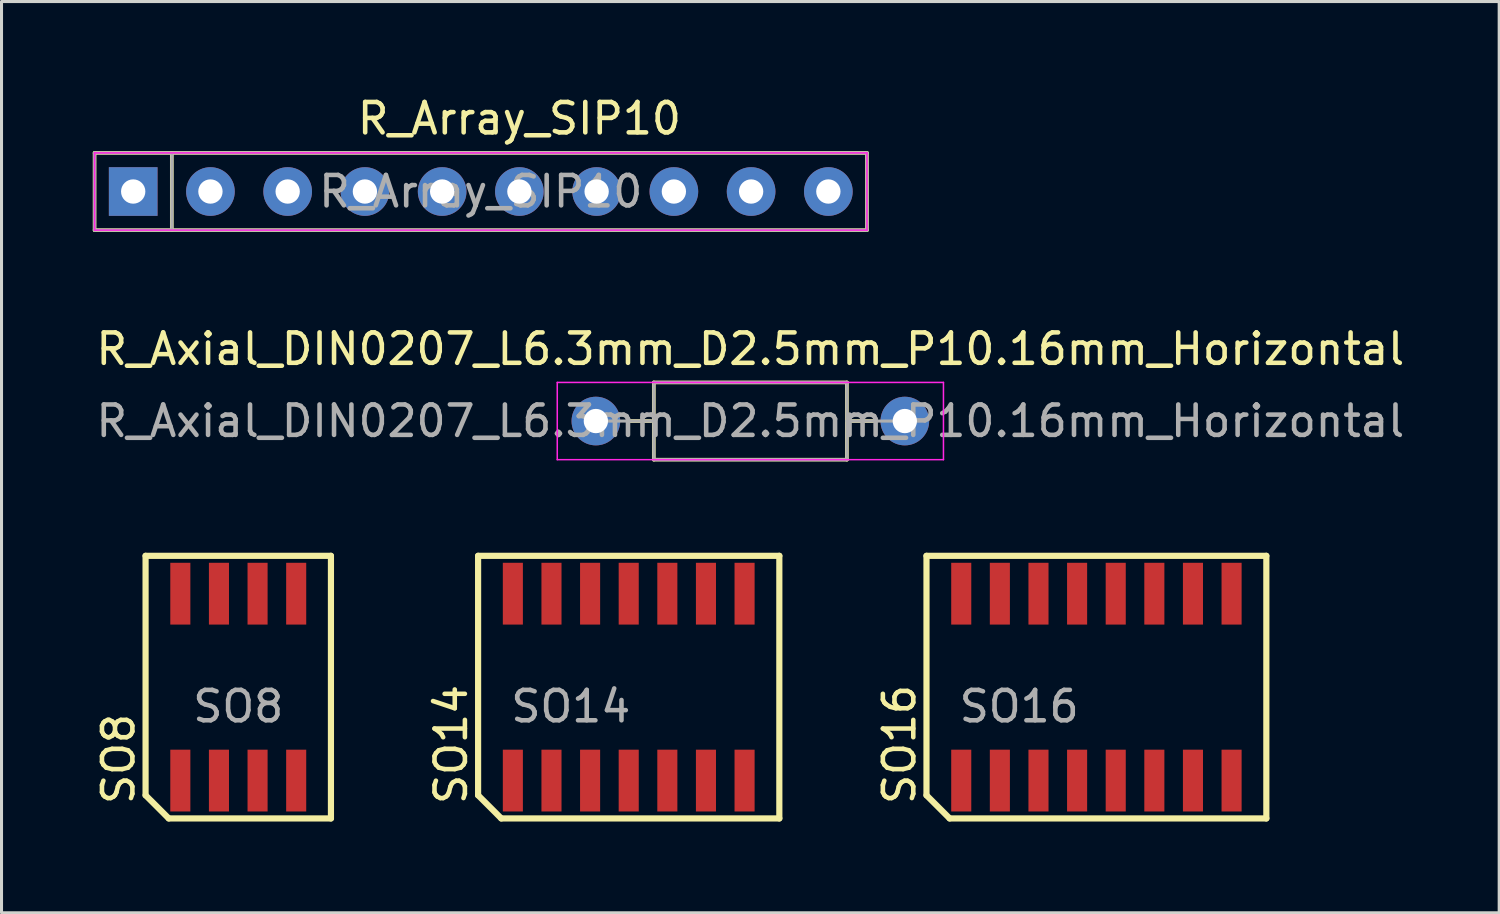
<source format=kicad_pcb>
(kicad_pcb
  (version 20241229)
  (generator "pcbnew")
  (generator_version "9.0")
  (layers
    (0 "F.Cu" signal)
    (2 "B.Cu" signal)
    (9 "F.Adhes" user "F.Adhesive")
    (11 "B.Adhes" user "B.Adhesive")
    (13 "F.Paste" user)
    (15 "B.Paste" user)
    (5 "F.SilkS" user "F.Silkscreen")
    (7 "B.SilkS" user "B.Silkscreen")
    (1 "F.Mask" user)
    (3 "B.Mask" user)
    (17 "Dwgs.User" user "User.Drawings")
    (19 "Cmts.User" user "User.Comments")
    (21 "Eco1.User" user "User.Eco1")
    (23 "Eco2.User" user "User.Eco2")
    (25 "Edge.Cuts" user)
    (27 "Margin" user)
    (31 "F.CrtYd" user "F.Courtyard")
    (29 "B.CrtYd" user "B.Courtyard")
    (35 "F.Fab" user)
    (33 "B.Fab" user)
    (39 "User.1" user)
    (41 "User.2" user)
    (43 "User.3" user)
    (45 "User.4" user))
  (footprint "SO8"
    (layer "F.Cu")
    (at 4.785 19.546)
    (property "Reference" "SO8" (at -3.937 3.937 90) (unlocked yes) (layer "F.SilkS") (effects (font (size 1 1) (thickness 0.15)) (justify left)))
    (attr smd)
    (fp_line (start -3.048 -4.318) (end -3.048 3.556) (stroke (width 0.203) (type solid)) (layer "F.SilkS"))
    (fp_line (start -3.048 3.556) (end -2.286 4.318) (stroke (width 0.203) (type solid)) (layer "F.SilkS"))
    (fp_line (start -2.286 4.318) (end 3.048 4.318) (stroke (width 0.203) (type solid)) (layer "F.SilkS"))
    (fp_line (start 3.048 -4.318) (end -3.048 -4.318) (stroke (width 0.203) (type solid)) (layer "F.SilkS"))
    (fp_line (start 3.048 4.318) (end 3.048 -4.318) (stroke (width 0.203) (type solid)) (layer "F.SilkS"))
    (fp_text user "${REFERENCE}" (at 0 0.635 0) (unlocked yes) (layer "F.Fab") (effects (font (size 1 1) (thickness 0.15))))
    (pad "1" smd rect (at -1.905 3.073) (size 0.66 2.032) (layers "F.Cu" "F.Mask" "F.Paste"))
    (pad "2" smd rect (at -0.635 3.073) (size 0.66 2.032) (layers "F.Cu" "F.Mask" "F.Paste"))
    (pad "3" smd rect (at 0.635 3.073) (size 0.66 2.032) (layers "F.Cu" "F.Mask" "F.Paste"))
    (pad "4" smd rect (at 1.905 3.073) (size 0.66 2.032) (layers "F.Cu" "F.Mask" "F.Paste"))
    (pad "5" smd rect (at 1.905 -3.073) (size 0.66 2.032) (layers "F.Cu" "F.Mask" "F.Paste"))
    (pad "6" smd rect (at 0.635 -3.073) (size 0.66 2.032) (layers "F.Cu" "F.Mask" "F.Paste"))
    (pad "7" smd rect (at -0.635 -3.073) (size 0.66 2.032) (layers "F.Cu" "F.Mask" "F.Paste"))
    (pad "8" smd rect (at -1.905 -3.073) (size 0.66 2.032) (layers "F.Cu" "F.Mask" "F.Paste")))
  (footprint "SO14"
    (layer "F.Cu")
    (at 17.625 19.546)
    (property "Reference" "SO14" (at -5.842 3.937 90) (unlocked yes) (layer "F.SilkS") (effects (font (size 1 1) (thickness 0.15)) (justify left)))
    (attr smd)
    (fp_line (start -4.953 -4.318) (end -4.953 3.556) (stroke (width 0.203) (type solid)) (layer "F.SilkS"))
    (fp_line (start -4.953 3.556) (end -4.191 4.318) (stroke (width 0.203) (type solid)) (layer "F.SilkS"))
    (fp_line (start -4.191 4.318) (end 4.953 4.318) (stroke (width 0.203) (type solid)) (layer "F.SilkS"))
    (fp_line (start 4.953 -4.318) (end -4.953 -4.318) (stroke (width 0.203) (type solid)) (layer "F.SilkS"))
    (fp_line (start 4.953 4.318) (end 4.953 -4.318) (stroke (width 0.203) (type solid)) (layer "F.SilkS"))
    (fp_text user "${REFERENCE}" (at -1.905 0.635 0) (unlocked yes) (layer "F.Fab") (effects (font (size 1 1) (thickness 0.15))))
    (pad "1" smd rect (at -3.81 3.073) (size 0.66 2.032) (layers "F.Cu" "F.Mask" "F.Paste"))
    (pad "2" smd rect (at -2.54 3.073) (size 0.66 2.032) (layers "F.Cu" "F.Mask" "F.Paste"))
    (pad "3" smd rect (at -1.27 3.073) (size 0.66 2.032) (layers "F.Cu" "F.Mask" "F.Paste"))
    (pad "4" smd rect (at 0 3.073) (size 0.66 2.032) (layers "F.Cu" "F.Mask" "F.Paste"))
    (pad "5" smd rect (at 1.27 3.073) (size 0.66 2.032) (layers "F.Cu" "F.Mask" "F.Paste"))
    (pad "6" smd rect (at 2.54 3.073) (size 0.66 2.032) (layers "F.Cu" "F.Mask" "F.Paste"))
    (pad "7" smd rect (at 3.81 3.073) (size 0.66 2.032) (layers "F.Cu" "F.Mask" "F.Paste"))
    (pad "8" smd rect (at 3.81 -3.073) (size 0.66 2.032) (layers "F.Cu" "F.Mask" "F.Paste"))
    (pad "9" smd rect (at 2.54 -3.073) (size 0.66 2.032) (layers "F.Cu" "F.Mask" "F.Paste"))
    (pad "10" smd rect (at 1.27 -3.073) (size 0.66 2.032) (layers "F.Cu" "F.Mask" "F.Paste"))
    (pad "11" smd rect (at 0 -3.073) (size 0.66 2.032) (layers "F.Cu" "F.Mask" "F.Paste"))
    (pad "12" smd rect (at -1.27 -3.073) (size 0.66 2.032) (layers "F.Cu" "F.Mask" "F.Paste"))
    (pad "13" smd rect (at -2.54 -3.073) (size 0.66 2.032) (layers "F.Cu" "F.Mask" "F.Paste"))
    (pad "14" smd rect (at -3.81 -3.073) (size 0.66 2.032) (layers "F.Cu" "F.Mask" "F.Paste")))
  (footprint "R_Axial_DIN0207_L6.3mm_D2.5mm_P10.16mm_Horizontal"
    (layer "F.Cu")
    (at 16.545 10.796)
    (property "Reference" "R_Axial_DIN0207_L6.3mm_D2.5mm_P10.16mm_Horizontal" (at 5.08 -2.37 0) (layer "F.SilkS") (effects (font (size 1 1) (thickness 0.15))))
    (attr through_hole)
    (fp_line (start 1.04 0) (end 1.81 0) (stroke (width 0.12) (type solid)) (layer "F.SilkS"))
    (fp_line (start 1.905 -1.27) (end 1.905 1.27) (stroke (width 0.12) (type solid)) (layer "F.SilkS"))
    (fp_line (start 1.905 1.27) (end 8.255 1.27) (stroke (width 0.12) (type solid)) (layer "F.SilkS"))
    (fp_line (start 8.255 -1.27) (end 1.905 -1.27) (stroke (width 0.12) (type solid)) (layer "F.SilkS"))
    (fp_line (start 8.255 1.27) (end 8.255 -1.27) (stroke (width 0.12) (type solid)) (layer "F.SilkS"))
    (fp_line (start 9.12 0) (end 8.35 0) (stroke (width 0.12) (type solid)) (layer "F.SilkS"))
    (fp_line (start -1.27 -1.27) (end -1.27 1.27) (stroke (width 0.05) (type solid)) (layer "F.CrtYd"))
    (fp_line (start -1.27 1.27) (end 11.43 1.27) (stroke (width 0.05) (type solid)) (layer "F.CrtYd"))
    (fp_line (start 11.43 -1.27) (end -1.27 -1.27) (stroke (width 0.05) (type solid)) (layer "F.CrtYd"))
    (fp_line (start 11.43 1.27) (end 11.43 -1.27) (stroke (width 0.05) (type solid)) (layer "F.CrtYd"))
    (fp_line (start 0 0) (end 1.905 0) (stroke (width 0.1) (type solid)) (layer "F.Fab"))
    (fp_line (start 1.905 -1.27) (end 1.905 1.27) (stroke (width 0.1) (type solid)) (layer "F.Fab"))
    (fp_line (start 1.905 1.27) (end 8.255 1.27) (stroke (width 0.1) (type solid)) (layer "F.Fab"))
    (fp_line (start 8.255 -1.27) (end 1.905 -1.27) (stroke (width 0.1) (type solid)) (layer "F.Fab"))
    (fp_line (start 8.255 1.27) (end 8.255 -1.27) (stroke (width 0.1) (type solid)) (layer "F.Fab"))
    (fp_line (start 10.16 0) (end 8.255 0) (stroke (width 0.1) (type solid)) (layer "F.Fab"))
    (fp_text user "${REFERENCE}" (at 5.08 0 0) (layer "F.Fab") (effects (font (size 1 1) (thickness 0.15))))
    (pad "1" thru_hole circle (at 0 0) (size 1.6 1.6) (drill 0.8) (layers "*.Cu" "*.Mask"))
    (pad "2" thru_hole oval (at 10.16 0) (size 1.6 1.6) (drill 0.8) (layers "*.Cu" "*.Mask")))
  (footprint "R_Array_SIP10"
    (layer "F.Cu")
    (at 1.33 3.248)
    (property "Reference" "R_Array_SIP10" (at 12.7 -2.4 0) (layer "F.SilkS") (effects (font (size 1 1) (thickness 0.15))))
    (attr through_hole)
    (fp_line (start -1.27 -1.27) (end -1.27 1.27) (stroke (width 0.12) (type solid)) (layer "F.SilkS"))
    (fp_line (start -1.27 1.27) (end 24.13 1.27) (stroke (width 0.12) (type solid)) (layer "F.SilkS"))
    (fp_line (start 1.27 -1.27) (end 1.27 1.27) (stroke (width 0.12) (type solid)) (layer "F.SilkS"))
    (fp_line (start 24.13 -1.27) (end -1.27 -1.27) (stroke (width 0.12) (type solid)) (layer "F.SilkS"))
    (fp_line (start 24.13 1.27) (end 24.13 -1.27) (stroke (width 0.12) (type solid)) (layer "F.SilkS"))
    (fp_line (start -1.27 -1.27) (end -1.27 1.27) (stroke (width 0.05) (type solid)) (layer "F.CrtYd"))
    (fp_line (start -1.27 1.27) (end 24.13 1.27) (stroke (width 0.05) (type solid)) (layer "F.CrtYd"))
    (fp_line (start 24.13 -1.27) (end -1.27 -1.27) (stroke (width 0.05) (type solid)) (layer "F.CrtYd"))
    (fp_line (start 24.13 1.27) (end 24.13 -1.27) (stroke (width 0.05) (type solid)) (layer "F.CrtYd"))
    (fp_line (start -1.27 -1.27) (end -1.27 1.27) (stroke (width 0.1) (type solid)) (layer "F.Fab"))
    (fp_line (start -1.27 1.27) (end 24.13 1.27) (stroke (width 0.1) (type solid)) (layer "F.Fab"))
    (fp_line (start 1.27 -1.25) (end 1.27 1.25) (stroke (width 0.1) (type solid)) (layer "F.Fab"))
    (fp_line (start 24.13 -1.27) (end -1.27 -1.27) (stroke (width 0.1) (type solid)) (layer "F.Fab"))
    (fp_line (start 24.13 1.27) (end 24.13 -1.27) (stroke (width 0.1) (type solid)) (layer "F.Fab"))
    (fp_text user "${REFERENCE}" (at 11.43 0 0) (layer "F.Fab") (effects (font (size 1 1) (thickness 0.15))))
    (pad "1" thru_hole rect (at 0 0) (size 1.6 1.6) (drill 0.8) (layers "*.Cu" "*.Mask"))
    (pad "2" thru_hole oval (at 2.54 0) (size 1.6 1.6) (drill 0.8) (layers "*.Cu" "*.Mask"))
    (pad "3" thru_hole oval (at 5.08 0) (size 1.6 1.6) (drill 0.8) (layers "*.Cu" "*.Mask"))
    (pad "4" thru_hole oval (at 7.62 0) (size 1.6 1.6) (drill 0.8) (layers "*.Cu" "*.Mask"))
    (pad "5" thru_hole oval (at 10.16 0) (size 1.6 1.6) (drill 0.8) (layers "*.Cu" "*.Mask"))
    (pad "6" thru_hole oval (at 12.7 0) (size 1.6 1.6) (drill 0.8) (layers "*.Cu" "*.Mask"))
    (pad "7" thru_hole oval (at 15.24 0) (size 1.6 1.6) (drill 0.8) (layers "*.Cu" "*.Mask"))
    (pad "8" thru_hole oval (at 17.78 0) (size 1.6 1.6) (drill 0.8) (layers "*.Cu" "*.Mask"))
    (pad "9" thru_hole oval (at 20.32 0) (size 1.6 1.6) (drill 0.8) (layers "*.Cu" "*.Mask"))
    (pad "10" thru_hole oval (at 22.86 0) (size 1.6 1.6) (drill 0.8) (layers "*.Cu" "*.Mask")))
  (footprint "SO16"
    (layer "F.Cu")
    (at 33.005 19.546)
    (property "Reference" "SO16" (at -6.477 3.937 90) (unlocked yes) (layer "F.SilkS") (effects (font (size 1 1) (thickness 0.15)) (justify left)))
    (attr smd)
    (fp_line (start -5.588 -4.318) (end -5.588 3.556) (stroke (width 0.203) (type solid)) (layer "F.SilkS"))
    (fp_line (start -5.588 3.556) (end -4.826 4.318) (stroke (width 0.203) (type solid)) (layer "F.SilkS"))
    (fp_line (start -4.826 4.318) (end 5.588 4.318) (stroke (width 0.203) (type solid)) (layer "F.SilkS"))
    (fp_line (start 5.588 -4.318) (end -5.588 -4.318) (stroke (width 0.203) (type solid)) (layer "F.SilkS"))
    (fp_line (start 5.588 4.318) (end 5.588 -4.318) (stroke (width 0.203) (type solid)) (layer "F.SilkS"))
    (fp_text user "${REFERENCE}" (at -2.54 0.635 0) (unlocked yes) (layer "F.Fab") (effects (font (size 1 1) (thickness 0.15))))
    (pad "1" smd rect (at -4.445 3.073) (size 0.66 2.032) (layers "F.Cu" "F.Mask" "F.Paste"))
    (pad "2" smd rect (at -3.175 3.073) (size 0.66 2.032) (layers "F.Cu" "F.Mask" "F.Paste"))
    (pad "3" smd rect (at -1.905 3.073) (size 0.66 2.032) (layers "F.Cu" "F.Mask" "F.Paste"))
    (pad "4" smd rect (at -0.635 3.073) (size 0.66 2.032) (layers "F.Cu" "F.Mask" "F.Paste"))
    (pad "5" smd rect (at 0.635 3.073) (size 0.66 2.032) (layers "F.Cu" "F.Mask" "F.Paste"))
    (pad "6" smd rect (at 1.905 3.073) (size 0.66 2.032) (layers "F.Cu" "F.Mask" "F.Paste"))
    (pad "7" smd rect (at 3.175 3.073) (size 0.66 2.032) (layers "F.Cu" "F.Mask" "F.Paste"))
    (pad "8" smd rect (at 4.445 3.073) (size 0.66 2.032) (layers "F.Cu" "F.Mask" "F.Paste"))
    (pad "9" smd rect (at 4.445 -3.073) (size 0.66 2.032) (layers "F.Cu" "F.Mask" "F.Paste"))
    (pad "10" smd rect (at 3.175 -3.073) (size 0.66 2.032) (layers "F.Cu" "F.Mask" "F.Paste"))
    (pad "11" smd rect (at 1.905 -3.073) (size 0.66 2.032) (layers "F.Cu" "F.Mask" "F.Paste"))
    (pad "12" smd rect (at 0.635 -3.073) (size 0.66 2.032) (layers "F.Cu" "F.Mask" "F.Paste"))
    (pad "13" smd rect (at -0.635 -3.073) (size 0.66 2.032) (layers "F.Cu" "F.Mask" "F.Paste"))
    (pad "14" smd rect (at -1.905 -3.073) (size 0.66 2.032) (layers "F.Cu" "F.Mask" "F.Paste"))
    (pad "15" smd rect (at -3.175 -3.073) (size 0.66 2.032) (layers "F.Cu" "F.Mask" "F.Paste"))
    (pad "16" smd rect (at -4.445 -3.073) (size 0.66 2.032) (layers "F.Cu" "F.Mask" "F.Paste")))
  (gr_rect
    (start -3 -3)
    (end 46.25 26.966)
    (stroke (width 0.1) (type default))
    (fill no)
    (layer "Edge.Cuts")))
</source>
